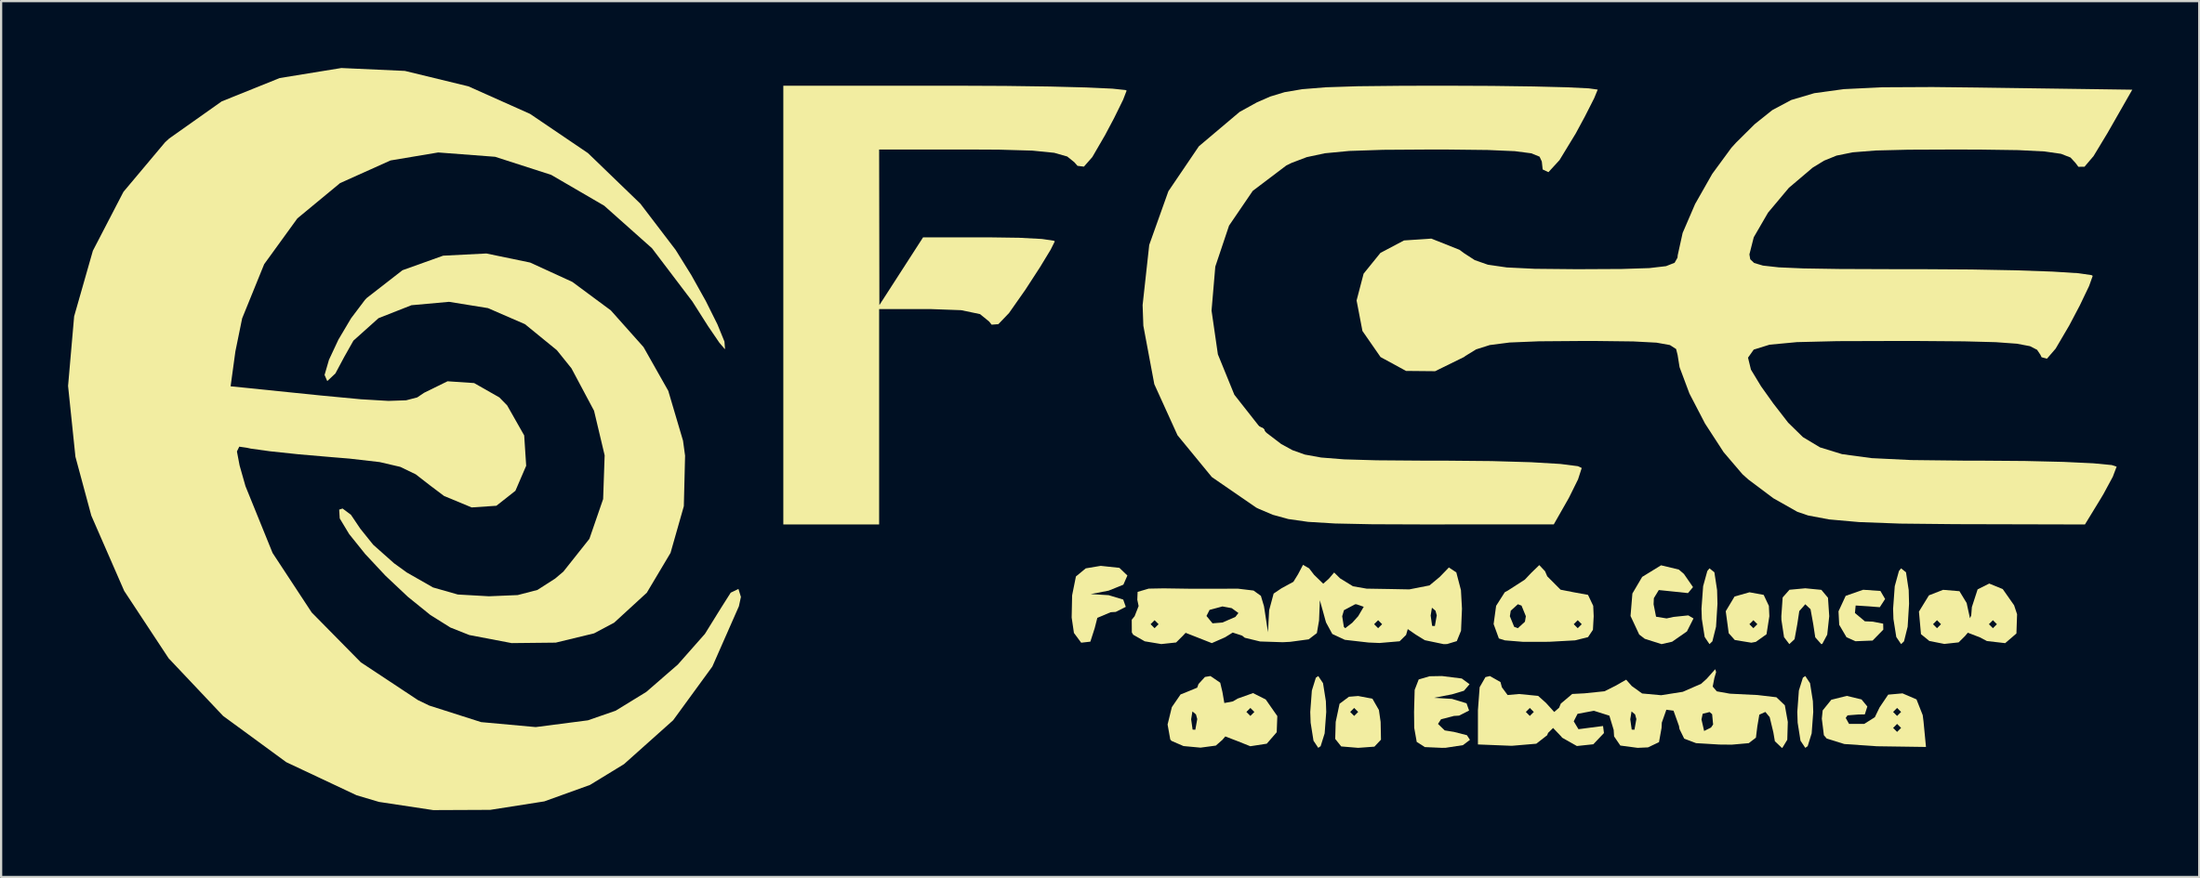
<source format=kicad_pcb>
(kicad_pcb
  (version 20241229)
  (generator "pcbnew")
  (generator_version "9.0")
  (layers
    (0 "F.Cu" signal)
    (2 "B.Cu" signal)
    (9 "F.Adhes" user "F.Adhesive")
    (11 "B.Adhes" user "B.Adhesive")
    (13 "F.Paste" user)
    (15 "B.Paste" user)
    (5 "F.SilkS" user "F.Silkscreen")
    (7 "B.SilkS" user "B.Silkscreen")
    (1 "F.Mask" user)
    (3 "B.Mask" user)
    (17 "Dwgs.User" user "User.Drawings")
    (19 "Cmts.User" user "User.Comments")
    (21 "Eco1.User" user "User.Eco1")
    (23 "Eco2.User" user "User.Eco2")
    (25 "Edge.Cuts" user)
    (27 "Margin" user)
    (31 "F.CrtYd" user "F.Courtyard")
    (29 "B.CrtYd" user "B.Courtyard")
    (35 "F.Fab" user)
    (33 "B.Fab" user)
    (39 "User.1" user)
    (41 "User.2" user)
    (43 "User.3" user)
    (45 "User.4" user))
  (footprint "fce"
    (layer "F.Cu")
    (at 52.083 16.534)
    (property "Reference" "fce" (at 0 0 0) (layer "F.SilkS") (effects (font (size 1.524 1.524) (thickness 0.3))))
    (attr board_only exclude_from_pos_files exclude_from_bom)
    (fp_poly (pts (xy 4.149 11.052) (xy 4.277 11.861) (xy 4.293 12.342) (xy 4.222 13.302) (xy 4.042 13.878) (xy 3.935 13.952) (xy 3.722 13.632) (xy 3.594 12.823) (xy 3.577 12.342) (xy 3.649 11.382) (xy 3.828 10.806) (xy 3.935 10.732)) (stroke (width 0) (type solid)) (fill yes) (layer "F.SilkS"))
    (fp_poly (pts (xy 21.685 6.08) (xy 21.806 6.877) (xy 21.823 7.492) (xy 21.759 8.519) (xy 21.596 9.175) (xy 21.465 9.301) (xy 21.25 8.982) (xy 21.123 8.175) (xy 21.107 7.713) (xy 21.181 6.702) (xy 21.368 6.023) (xy 21.465 5.903)) (stroke (width 0) (type solid)) (fill yes) (layer "F.SilkS"))
    (fp_poly (pts (xy 25.971 11.052) (xy 26.099 11.861) (xy 26.115 12.342) (xy 26.044 13.302) (xy 25.865 13.878) (xy 25.758 13.952) (xy 25.544 13.632) (xy 25.416 12.823) (xy 25.4 12.342) (xy 25.471 11.382) (xy 25.651 10.806) (xy 25.758 10.732)) (stroke (width 0) (type solid)) (fill yes) (layer "F.SilkS"))
    (fp_poly (pts (xy 30.271 6.08) (xy 30.392 6.877) (xy 30.408 7.492) (xy 30.345 8.519) (xy 30.182 9.175) (xy 30.051 9.301) (xy 29.836 8.982) (xy 29.708 8.175) (xy 29.693 7.713) (xy 29.767 6.702) (xy 29.954 6.023) (xy 30.051 5.903)) (stroke (width 0) (type solid)) (fill yes) (layer "F.SilkS"))
    (fp_poly (pts (xy 29.124 6.916) (xy 29.335 7.277) (xy 29.097 7.645) (xy 28.572 7.604) (xy 28.015 7.569) (xy 27.983 7.906) (xy 28.427 8.277) (xy 28.784 8.293) (xy 29.248 8.384) (xy 29.254 8.651) (xy 28.775 9.141) (xy 28.006 9.171) (xy 27.605 8.992) (xy 27.278 8.434) (xy 27.247 7.83) (xy 27.568 7.136) (xy 28.351 6.863)) (stroke (width 0) (type solid)) (fill yes) (layer "F.SilkS"))
    (fp_poly (pts (xy 23.894 7.093) (xy 24.127 7.586) (xy 24.148 8.049) (xy 24.021 8.858) (xy 23.543 9.199) (xy 23.341 9.237) (xy 22.599 9.116) (xy 22.327 8.811) (xy 22.273 8.407) (xy 23.254 8.407) (xy 23.432 8.586) (xy 23.611 8.407) (xy 23.432 8.228) (xy 23.254 8.407) (xy 22.273 8.407) (xy 22.194 7.825) (xy 22.589 7.166) (xy 23.258 6.976)) (stroke (width 0) (type solid)) (fill yes) (layer "F.SilkS"))
    (fp_poly (pts (xy 6.363 11.749) (xy 6.653 12.255) (xy 6.73 12.789) (xy 6.746 13.586) (xy 6.451 13.899) (xy 5.724 13.952) (xy 4.964 13.889) (xy 4.695 13.551) (xy 4.717 12.789) (xy 4.812 12.342) (xy 5.366 12.342) (xy 5.545 12.521) (xy 5.724 12.342) (xy 5.545 12.163) (xy 5.366 12.342) (xy 4.812 12.342) (xy 4.89 11.974) (xy 5.31 11.661) (xy 5.724 11.627)) (stroke (width 0) (type solid)) (fill yes) (layer "F.SilkS"))
    (fp_poly (pts (xy 26.479 6.867) (xy 26.775 7.221) (xy 26.831 8.049) (xy 26.741 8.877) (xy 26.52 9.291) (xy 26.473 9.301) (xy 26.204 8.995) (xy 26.115 8.407) (xy 25.993 7.735) (xy 25.758 7.513) (xy 25.489 7.819) (xy 25.4 8.407) (xy 25.278 9.079) (xy 25.042 9.301) (xy 24.806 8.987) (xy 24.688 8.214) (xy 24.685 8.049) (xy 24.744 7.208) (xy 25.048 6.863) (xy 25.758 6.797)) (stroke (width 0) (type solid)) (fill yes) (layer "F.SilkS"))
    (fp_poly (pts (xy -4.976 5.88) (xy -4.617 6.224) (xy -4.797 6.635) (xy -5.456 6.902) (xy -6.261 7.057) (xy -5.456 7.106) (xy -4.804 7.303) (xy -4.689 7.629) (xy -5.138 7.856) (xy -5.366 7.87) (xy -5.964 8.123) (xy -6.082 8.586) (xy -6.276 9.19) (xy -6.687 9.237) (xy -7.012 8.799) (xy -7.114 8.108) (xy -7.094 7.133) (xy -7.091 7.1) (xy -6.923 6.266) (xy -6.483 5.903) (xy -5.813 5.791)) (stroke (width 0) (type solid)) (fill yes) (layer "F.SilkS"))
    (fp_poly (pts (xy 20.09 5.957) (xy 20.32 6.153) (xy 20.727 6.744) (xy 20.503 7.012) (xy 19.855 6.944) (xy 19.194 6.876) (xy 18.973 7.24) (xy 18.961 7.513) (xy 19.071 8.071) (xy 19.544 8.148) (xy 19.855 8.081) (xy 20.516 8.012) (xy 20.749 8.15) (xy 20.455 8.731) (xy 19.792 9.193) (xy 19.318 9.301) (xy 18.567 9.063) (xy 18.317 8.872) (xy 17.928 8.039) (xy 18.011 7.031) (xy 18.449 6.286) (xy 19.296 5.766)) (stroke (width 0) (type solid)) (fill yes) (layer "F.SilkS"))
    (fp_poly (pts (xy 10.367 10.843) (xy 10.715 11.099) (xy 10.464 11.392) (xy 9.927 11.553) (xy 9.123 11.708) (xy 9.927 11.757) (xy 10.579 11.954) (xy 10.694 12.28) (xy 10.245 12.507) (xy 10.017 12.521) (xy 9.436 12.671) (xy 9.301 12.879) (xy 9.601 13.17) (xy 10.017 13.237) (xy 10.598 13.386) (xy 10.732 13.594) (xy 10.418 13.831) (xy 9.645 13.949) (xy 9.48 13.952) (xy 8.711 13.918) (xy 8.347 13.685) (xy 8.236 13.059) (xy 8.228 12.342) (xy 8.255 11.353) (xy 8.436 10.885) (xy 8.923 10.742) (xy 9.48 10.732)) (stroke (width 0) (type solid)) (fill yes) (layer "F.SilkS"))
    (fp_poly (pts (xy 34.606 6.833) (xy 35.115 7.559) (xy 35.248 7.96) (xy 35.219 8.823) (xy 34.715 9.257) (xy 33.895 9.162) (xy 33.581 8.997) (xy 33.041 8.789) (xy 32.913 8.941) (xy 32.628 9.223) (xy 31.988 9.292) (xy 31.317 9.16) (xy 30.942 8.854) (xy 30.902 8.407) (xy 31.482 8.407) (xy 31.661 8.586) (xy 31.839 8.407) (xy 33.986 8.407) (xy 34.165 8.586) (xy 34.344 8.407) (xy 34.165 8.228) (xy 33.986 8.407) (xy 31.839 8.407) (xy 31.661 8.228) (xy 31.482 8.407) (xy 30.902 8.407) (xy 30.851 7.842) (xy 31.298 7.114) (xy 31.933 6.866) (xy 32.666 6.927) (xy 32.989 7.458) (xy 33.015 7.581) (xy 33.137 8.14) (xy 33.194 8.011) (xy 33.222 7.64) (xy 33.48 6.845) (xy 34.001 6.585)) (stroke (width 0) (type solid)) (fill yes) (layer "F.SilkS"))
    (fp_poly (pts (xy 30.741 11.779) (xy 31.02 12.486) (xy 31.056 12.77) (xy 31.166 13.912) (xy 28.968 13.881) (xy 27.509 13.781) (xy 26.72 13.536) (xy 26.591 13.385) (xy 26.551 13.058) (xy 29.693 13.058) (xy 29.872 13.237) (xy 30.051 13.058) (xy 29.872 12.879) (xy 29.693 13.058) (xy 26.551 13.058) (xy 26.499 12.643) (xy 26.537 12.274) (xy 26.923 11.796) (xy 27.617 11.622) (xy 28.278 11.781) (xy 28.538 12.098) (xy 28.426 12.451) (xy 28.145 12.456) (xy 27.651 12.495) (xy 27.57 12.611) (xy 27.72 12.879) (xy 27.725 12.879) (xy 28.399 12.879) (xy 28.875 12.578) (xy 28.988 12.342) (xy 29.693 12.342) (xy 29.872 12.521) (xy 30.051 12.342) (xy 29.872 12.163) (xy 29.693 12.342) (xy 28.988 12.342) (xy 29.089 12.135) (xy 29.473 11.566) (xy 30.114 11.509)) (stroke (width 0) (type solid)) (fill yes) (layer "F.SilkS"))
    (fp_poly (pts (xy 14.097 6.032) (xy 14.196 6.261) (xy 14.794 6.86) (xy 15.383 6.976) (xy 16.022 7.092) (xy 16.256 7.583) (xy 16.277 8.049) (xy 16.243 8.659) (xy 16.023 8.987) (xy 15.443 9.132) (xy 14.331 9.193) (xy 14.264 9.196) (xy 13.124 9.199) (xy 12.299 9.132) (xy 12.028 9.047) (xy 11.793 8.401) (xy 11.841 8.049) (xy 12.521 8.049) (xy 12.714 8.525) (xy 12.879 8.586) (xy 13.075 8.407) (xy 15.383 8.407) (xy 15.562 8.586) (xy 15.741 8.407) (xy 15.562 8.228) (xy 15.383 8.407) (xy 13.075 8.407) (xy 13.196 8.296) (xy 13.237 8.049) (xy 13.043 7.573) (xy 12.879 7.513) (xy 12.561 7.802) (xy 12.521 8.049) (xy 11.841 8.049) (xy 11.905 7.584) (xy 12.292 6.975) (xy 12.432 6.898) (xy 13.191 6.409) (xy 13.48 6.104) (xy 13.839 5.757)) (stroke (width 0) (type solid)) (fill yes) (layer "F.SilkS"))
    (fp_poly (pts (xy -10.083 -15.731) (xy -8.087 -15.704) (xy -6.456 -15.662) (xy -5.293 -15.609) (xy -4.703 -15.547) (xy -4.651 -15.521) (xy -4.809 -15.11) (xy -5.217 -14.28) (xy -5.618 -13.524) (xy -6.189 -12.54) (xy -6.565 -12.112) (xy -6.852 -12.147) (xy -6.999 -12.313) (xy -7.312 -12.565) (xy -7.896 -12.732) (xy -8.874 -12.83) (xy -10.368 -12.873) (xy -11.577 -12.879) (xy -15.741 -12.879) (xy -15.735 -9.391) (xy -15.73 -5.903) (xy -14.751 -7.421) (xy -13.773 -8.939) (xy -10.822 -8.941) (xy -9.47 -8.922) (xy -8.444 -8.868) (xy -7.91 -8.789) (xy -7.87 -8.759) (xy -8.054 -8.39) (xy -8.533 -7.601) (xy -9.187 -6.593) (xy -9.922 -5.545) (xy -10.398 -5.048) (xy -10.7 -5.024) (xy -10.814 -5.167) (xy -11.22 -5.498) (xy -12.062 -5.674) (xy -13.433 -5.724) (xy -15.741 -5.724) (xy -15.741 3.935) (xy -20.034 3.935) (xy -20.034 -15.741) (xy -12.342 -15.741)) (stroke (width 0) (type solid)) (fill yes) (layer "F.SilkS"))
    (fp_poly (pts (xy -0.457 11.031) (xy -0.358 11.451) (xy -0.273 11.942) (xy 0.11 11.87) (xy 0.329 11.741) (xy 1.013 11.497) (xy 1.581 11.782) (xy 2.101 12.528) (xy 2.074 13.252) (xy 1.628 13.766) (xy 0.891 13.88) (xy 0.31 13.648) (xy -0.23 13.44) (xy -0.358 13.591) (xy -0.654 13.851) (xy -1.339 13.943) (xy -2.104 13.872) (xy -2.643 13.638) (xy -2.696 13.574) (xy -2.816 12.905) (xy -2.758 12.67) (xy -1.76 12.67) (xy -1.695 13.134) (xy -1.573 13.14) (xy -1.487 12.661) (xy -1.544 12.454) (xy -1.675 12.342) (xy 0.715 12.342) (xy 0.894 12.521) (xy 1.073 12.342) (xy 0.894 12.163) (xy 0.715 12.342) (xy -1.675 12.342) (xy -1.703 12.319) (xy -1.76 12.67) (xy -2.758 12.67) (xy -2.625 12.126) (xy -2.233 11.556) (xy -1.961 11.448) (xy -1.489 11.253) (xy -1.431 11.09) (xy -1.141 10.773) (xy -0.894 10.732)) (stroke (width 0) (type solid)) (fill yes) (layer "F.SilkS"))
    (fp_poly (pts (xy -31.378 -7.81) (xy -29.488 -6.943) (xy -27.763 -5.665) (xy -26.298 -4.02) (xy -25.189 -2.057) (xy -24.528 0.178) (xy -24.436 0.851) (xy -24.492 3.115) (xy -25.088 5.21) (xy -26.152 6.997) (xy -27.615 8.34) (xy -28.513 8.818) (xy -30.232 9.234) (xy -32.207 9.255) (xy -34.104 8.893) (xy -34.949 8.558) (xy -35.848 7.995) (xy -36.852 7.183) (xy -37.86 6.234) (xy -38.772 5.257) (xy -39.489 4.364) (xy -39.91 3.664) (xy -39.935 3.269) (xy -39.783 3.22) (xy -39.408 3.501) (xy -38.989 4.124) (xy -38.41 4.845) (xy -37.475 5.676) (xy -36.9 6.091) (xy -35.73 6.759) (xy -34.619 7.076) (xy -33.222 7.155) (xy -31.936 7.101) (xy -31.052 6.871) (xy -30.259 6.362) (xy -29.889 6.049) (xy -28.723 4.579) (xy -28.108 2.795) (xy -28.04 0.835) (xy -28.515 -1.165) (xy -29.528 -3.068) (xy -30.182 -3.881) (xy -31.609 -5.046) (xy -33.268 -5.767) (xy -35.013 -6.049) (xy -36.697 -5.897) (xy -38.174 -5.315) (xy -39.297 -4.308) (xy -39.711 -3.574) (xy -40.104 -2.838) (xy -40.456 -2.506) (xy -40.474 -2.504) (xy -40.59 -2.77) (xy -40.393 -3.448) (xy -39.969 -4.355) (xy -39.403 -5.31) (xy -38.783 -6.132) (xy -38.707 -6.215) (xy -37.099 -7.466) (xy -35.278 -8.118) (xy -33.34 -8.217)) (stroke (width 0) (type solid)) (fill yes) (layer "F.SilkS"))
    (fp_poly (pts (xy 11.721 -15.732) (xy 13.58 -15.707) (xy 15.061 -15.67) (xy 16.056 -15.622) (xy 16.454 -15.567) (xy 16.456 -15.562) (xy 16.297 -15.176) (xy 15.886 -14.366) (xy 15.473 -13.6) (xy 14.746 -12.405) (xy 14.25 -11.864) (xy 13.991 -11.985) (xy 13.952 -12.342) (xy 13.852 -12.558) (xy 13.483 -12.709) (xy 12.744 -12.805) (xy 11.531 -12.858) (xy 9.742 -12.878) (xy 8.929 -12.879) (xy 6.843 -12.866) (xy 5.325 -12.815) (xy 4.233 -12.711) (xy 3.419 -12.537) (xy 2.738 -12.278) (xy 2.505 -12.164) (xy 1 -11.025) (xy -0.062 -9.466) (xy -0.678 -7.629) (xy -0.846 -5.657) (xy -0.562 -3.694) (xy 0.176 -1.882) (xy 1.37 -0.364) (xy 2.275 0.327) (xy 2.775 0.601) (xy 3.331 0.8) (xy 4.064 0.933) (xy 5.094 1.015) (xy 6.544 1.057) (xy 8.535 1.072) (xy 9.612 1.073) (xy 11.703 1.092) (xy 13.461 1.143) (xy 14.784 1.221) (xy 15.568 1.321) (xy 15.741 1.402) (xy 15.577 1.91) (xy 15.177 2.719) (xy 15.115 2.831) (xy 14.489 3.931) (xy 8.586 3.933) (xy 6.344 3.925) (xy 4.686 3.891) (xy 3.48 3.818) (xy 2.594 3.692) (xy 1.898 3.501) (xy 1.259 3.229) (xy 1.156 3.179) (xy -0.833 1.809) (xy -2.371 -0.065) (xy -3.411 -2.356) (xy -3.902 -4.977) (xy -3.935 -5.903) (xy -3.638 -8.603) (xy -2.781 -11.007) (xy -1.414 -13.024) (xy 0.41 -14.565) (xy 1.187 -14.994) (xy 1.787 -15.256) (xy 2.424 -15.45) (xy 3.214 -15.584) (xy 4.276 -15.67) (xy 5.728 -15.717) (xy 7.688 -15.737) (xy 9.593 -15.741)) (stroke (width 0) (type solid)) (fill yes) (layer "F.SilkS"))
    (fp_poly (pts (xy -36.99 -16.404) (xy -34.144 -15.712) (xy -31.382 -14.477) (xy -28.786 -12.717) (xy -26.44 -10.451) (xy -24.858 -8.376) (xy -24.157 -7.248) (xy -23.506 -6.081) (xy -22.985 -5.035) (xy -22.672 -4.268) (xy -22.646 -3.938) (xy -22.661 -3.935) (xy -22.9 -4.216) (xy -23.403 -4.953) (xy -24.063 -5.992) (xy -24.107 -6.062) (xy -25.919 -8.452) (xy -28.061 -10.36) (xy -30.436 -11.743) (xy -32.948 -12.553) (xy -35.498 -12.747) (xy -37.635 -12.389) (xy -39.895 -11.373) (xy -41.808 -9.791) (xy -43.296 -7.737) (xy -44.283 -5.307) (xy -44.586 -3.824) (xy -44.8 -2.261) (xy -40.759 -1.849) (xy -38.959 -1.679) (xy -37.73 -1.606) (xy -36.936 -1.633) (xy -36.437 -1.763) (xy -36.129 -1.971) (xy -35.08 -2.486) (xy -33.888 -2.406) (xy -32.757 -1.762) (xy -32.408 -1.404) (xy -31.645 -0.058) (xy -31.556 1.303) (xy -32.039 2.425) (xy -32.89 3.096) (xy -33.998 3.171) (xy -35.236 2.657) (xy -35.852 2.193) (xy -36.507 1.685) (xy -37.198 1.352) (xy -38.122 1.137) (xy -39.478 0.981) (xy -40.246 0.918) (xy -41.756 0.788) (xy -43.041 0.652) (xy -43.897 0.533) (xy -44.079 0.494) (xy -44.412 0.446) (xy -44.517 0.661) (xy -44.398 1.286) (xy -44.134 2.216) (xy -42.919 5.213) (xy -41.166 7.882) (xy -38.966 10.116) (xy -36.41 11.808) (xy -35.898 12.056) (xy -33.575 12.798) (xy -31.129 13.021) (xy -28.79 12.718) (xy -27.546 12.286) (xy -26.177 11.446) (xy -24.764 10.22) (xy -23.548 8.843) (xy -22.822 7.672) (xy -22.391 6.993) (xy -22.045 6.826) (xy -21.934 7.184) (xy -22.024 7.602) (xy -23.214 10.306) (xy -24.97 12.714) (xy -27.173 14.683) (xy -28.697 15.615) (xy -30.743 16.353) (xy -33.167 16.733) (xy -35.72 16.744) (xy -38.153 16.376) (xy -39.156 16.078) (xy -42.307 14.594) (xy -45.136 12.521) (xy -47.578 9.935) (xy -49.568 6.915) (xy -51.041 3.539) (xy -51.753 0.899) (xy -52.083 -2.278) (xy -51.811 -5.398) (xy -50.972 -8.339) (xy -49.602 -10.981) (xy -47.737 -13.203) (xy -47.552 -13.373) (xy -45.2 -15.037) (xy -42.601 -16.084) (xy -39.837 -16.534)) (stroke (width 0) (type solid)) (fill yes) (layer "F.SilkS"))
    (fp_poly (pts (xy 21.763 10.553) (xy 21.684 10.822) (xy 21.61 11.204) (xy 21.792 11.418) (xy 22.381 11.523) (xy 23.527 11.58) (xy 23.611 11.583) (xy 24.463 11.683) (xy 24.841 12.042) (xy 24.975 12.789) (xy 24.951 13.59) (xy 24.733 13.95) (xy 24.707 13.952) (xy 24.395 13.654) (xy 24.327 13.258) (xy 24.162 12.573) (xy 23.969 12.342) (xy 23.699 12.464) (xy 23.611 12.978) (xy 23.546 13.495) (xy 23.226 13.742) (xy 22.465 13.809) (xy 21.912 13.804) (xy 20.864 13.741) (xy 20.333 13.54) (xy 20.122 13.11) (xy 20.098 12.968) (xy 19.995 12.679) (xy 21.107 12.679) (xy 21.225 13.196) (xy 21.535 13.041) (xy 21.628 12.904) (xy 21.584 12.444) (xy 21.471 12.346) (xy 21.16 12.424) (xy 21.107 12.679) (xy 19.995 12.679) (xy 19.853 12.285) (xy 19.533 12.243) (xy 19.329 12.822) (xy 19.318 13.058) (xy 19.203 13.697) (xy 18.712 13.931) (xy 18.245 13.952) (xy 17.471 13.849) (xy 17.191 13.439) (xy 17.172 13.147) (xy 17.028 12.67) (xy 17.916 12.67) (xy 17.981 13.134) (xy 18.103 13.14) (xy 18.189 12.661) (xy 18.132 12.454) (xy 17.973 12.319) (xy 17.916 12.67) (xy 17.028 12.67) (xy 16.98 12.509) (xy 16.293 12.292) (xy 16.277 12.291) (xy 15.554 12.427) (xy 15.383 12.762) (xy 15.595 13.116) (xy 16.141 13.044) (xy 16.696 12.973) (xy 16.737 13.289) (xy 16.261 13.792) (xy 15.524 13.87) (xy 14.864 13.497) (xy 14.823 13.444) (xy 14.458 13.061) (xy 14.233 13.283) (xy 14.192 13.387) (xy 13.705 13.767) (xy 12.613 13.86) (xy 12.539 13.858) (xy 11.09 13.8) (xy 11.09 12.342) (xy 13.237 12.342) (xy 13.415 12.521) (xy 13.594 12.342) (xy 13.415 12.163) (xy 13.237 12.342) (xy 11.09 12.342) (xy 11.09 12.266) (xy 11.167 11.233) (xy 11.427 10.78) (xy 11.627 10.732) (xy 12.101 11.002) (xy 12.163 11.236) (xy 12.42 11.584) (xy 12.932 11.538) (xy 13.789 11.622) (xy 14.142 11.939) (xy 14.509 12.344) (xy 14.728 12.152) (xy 14.803 11.969) (xy 15.315 11.536) (xy 15.869 11.507) (xy 16.763 11.415) (xy 17.259 11.166) (xy 17.732 10.895) (xy 17.982 11.179) (xy 18.447 11.514) (xy 19.3 11.592) (xy 20.27 11.439) (xy 21.09 11.081) (xy 21.339 10.857) (xy 21.722 10.426)) (stroke (width 0) (type solid)) (fill yes) (layer "F.SilkS"))
    (fp_poly (pts (xy 3.526 5.903) (xy 3.746 6.19) (xy 4.158 6.591) (xy 4.408 6.369) (xy 4.647 6.089) (xy 4.914 6.352) (xy 5.492 6.707) (xy 6.104 6.813) (xy 7.15 6.83) (xy 8.016 6.846) (xy 8.92 6.668) (xy 9.379 6.287) (xy 9.788 5.863) (xy 10.121 6.084) (xy 10.329 6.88) (xy 10.375 7.713) (xy 10.333 8.701) (xy 10.143 9.166) (xy 9.706 9.298) (xy 9.552 9.301) (xy 8.711 9.125) (xy 8.3 8.872) (xy 7.946 8.627) (xy 7.87 8.889) (xy 7.582 9.173) (xy 6.679 9.25) (xy 6.187 9.229) (xy 5.127 9.108) (xy 4.565 8.846) (xy 4.285 8.331) (xy 4.255 8.228) (xy 4.206 8.049) (xy 5.008 8.049) (xy 5.082 8.527) (xy 5.144 8.586) (xy 5.376 8.407) (xy 6.439 8.407) (xy 6.618 8.586) (xy 6.797 8.407) (xy 6.618 8.228) (xy 6.439 8.407) (xy 5.376 8.407) (xy 5.452 8.349) (xy 5.724 8.049) (xy 5.742 8.019) (xy 8.972 8.019) (xy 9.038 8.483) (xy 9.16 8.489) (xy 9.245 8.01) (xy 9.188 7.803) (xy 9.029 7.668) (xy 8.972 8.019) (xy 5.742 8.019) (xy 5.973 7.626) (xy 5.645 7.513) (xy 5.589 7.513) (xy 5.087 7.78) (xy 5.008 8.049) (xy 4.206 8.049) (xy 4.007 7.334) (xy 3.971 8.24) (xy 3.873 8.806) (xy 3.508 9.086) (xy 2.678 9.198) (xy 2.341 9.215) (xy 1.329 9.182) (xy 0.645 9.016) (xy 0.521 8.918) (xy 0.102 8.783) (xy -0.24 8.994) (xy -0.834 9.256) (xy -1.46 9.009) (xy -2.008 8.794) (xy -2.146 8.941) (xy -2.434 9.227) (xy -3.098 9.298) (xy -3.838 9.175) (xy -4.356 8.88) (xy -4.418 8.776) (xy -4.421 8.407) (xy -3.577 8.407) (xy -3.399 8.586) (xy -3.22 8.407) (xy -3.399 8.228) (xy -3.577 8.407) (xy -4.421 8.407) (xy -4.422 8.206) (xy -4.293 8.049) (xy -4.289 8.038) (xy -1.073 8.038) (xy -0.803 8.368) (xy -0.358 8.332) (xy 0.221 8.081) (xy 0.358 7.905) (xy 0.056 7.687) (xy -0.358 7.611) (xy -0.935 7.766) (xy -1.073 8.038) (xy -4.289 8.038) (xy -4.114 7.593) (xy -4.173 7.311) (xy -4.159 6.958) (xy -3.663 6.812) (xy -2.994 6.8) (xy -1.887 6.816) (xy -0.985 6.818) (xy -0.894 6.817) (xy 0.341 6.815) (xy 1.036 6.898) (xy 1.365 7.136) (xy 1.503 7.599) (xy 1.533 7.787) (xy 1.682 8.765) (xy 1.735 7.781) (xy 1.936 7.034) (xy 2.287 6.797) (xy 2.821 6.506) (xy 3.028 6.171) (xy 3.252 5.745)) (stroke (width 0) (type solid)) (fill yes) (layer "F.SilkS"))
    (fp_poly (pts (xy 33.442 -15.659) (xy 40.41 -15.562) (xy 39.303 -13.624) (xy 38.676 -12.586) (xy 38.27 -12.108) (xy 37.995 -12.104) (xy 37.862 -12.282) (xy 37.641 -12.521) (xy 37.215 -12.687) (xy 36.472 -12.793) (xy 35.299 -12.852) (xy 33.582 -12.876) (xy 32.411 -12.879) (xy 30.37 -12.871) (xy 28.906 -12.835) (xy 27.882 -12.753) (xy 27.16 -12.607) (xy 26.602 -12.38) (xy 26.087 -12.065) (xy 25.021 -11.16) (xy 24.089 -10.048) (xy 23.449 -8.944) (xy 23.254 -8.175) (xy 23.292 -7.957) (xy 23.465 -7.792) (xy 23.862 -7.674) (xy 24.571 -7.595) (xy 25.681 -7.547) (xy 27.28 -7.522) (xy 29.457 -7.514) (xy 30.945 -7.513) (xy 33.204 -7.499) (xy 35.201 -7.462) (xy 36.832 -7.405) (xy 37.994 -7.332) (xy 38.584 -7.247) (xy 38.637 -7.212) (xy 38.476 -6.76) (xy 38.06 -5.89) (xy 37.583 -4.985) (xy 36.975 -3.949) (xy 36.586 -3.498) (xy 36.346 -3.564) (xy 36.293 -3.676) (xy 36.144 -3.898) (xy 35.827 -4.06) (xy 35.243 -4.171) (xy 34.291 -4.24) (xy 32.873 -4.277) (xy 30.889 -4.292) (xy 29.655 -4.293) (xy 27.194 -4.286) (xy 25.384 -4.242) (xy 24.157 -4.127) (xy 23.448 -3.906) (xy 23.192 -3.545) (xy 23.323 -3.009) (xy 23.774 -2.264) (xy 24.32 -1.497) (xy 24.992 -0.629) (xy 25.653 0.018) (xy 26.419 0.478) (xy 27.404 0.781) (xy 28.726 0.96) (xy 30.499 1.046) (xy 32.839 1.072) (xy 33.61 1.073) (xy 35.609 1.088) (xy 37.333 1.129) (xy 38.665 1.192) (xy 39.491 1.271) (xy 39.709 1.342) (xy 39.537 1.796) (xy 39.114 2.579) (xy 38.998 2.773) (xy 38.289 3.935) (xy 32.471 3.921) (xy 30.015 3.896) (xy 28.169 3.828) (xy 26.826 3.709) (xy 25.882 3.531) (xy 25.4 3.366) (xy 24.327 2.759) (xy 23.207 1.919) (xy 22.941 1.68) (xy 22.1 0.694) (xy 21.266 -0.59) (xy 20.566 -1.938) (xy 20.125 -3.118) (xy 20.037 -3.667) (xy 19.97 -3.932) (xy 19.694 -4.11) (xy 19.094 -4.218) (xy 18.054 -4.273) (xy 16.456 -4.292) (xy 15.708 -4.293) (xy 13.825 -4.279) (xy 12.512 -4.225) (xy 11.622 -4.111) (xy 11.01 -3.917) (xy 10.529 -3.622) (xy 10.472 -3.577) (xy 9.172 -2.938) (xy 7.869 -2.95) (xy 6.726 -3.573) (xy 5.915 -4.743) (xy 5.653 -6.11) (xy 5.967 -7.311) (xy 6.721 -8.243) (xy 7.778 -8.802) (xy 9.002 -8.884) (xy 10.257 -8.385) (xy 10.472 -8.228) (xy 10.947 -7.92) (xy 11.535 -7.714) (xy 12.382 -7.591) (xy 13.636 -7.53) (xy 15.44 -7.513) (xy 15.708 -7.513) (xy 17.539 -7.522) (xy 18.771 -7.562) (xy 19.519 -7.649) (xy 19.902 -7.8) (xy 20.033 -8.031) (xy 20.042 -8.139) (xy 20.262 -9.137) (xy 20.821 -10.435) (xy 21.59 -11.789) (xy 22.445 -12.955) (xy 22.648 -13.179) (xy 23.489 -14.014) (xy 24.279 -14.646) (xy 25.132 -15.101) (xy 26.162 -15.406) (xy 27.484 -15.587) (xy 29.211 -15.67) (xy 31.457 -15.681)) (stroke (width 0) (type solid)) (fill yes) (layer "F.SilkS")))
  (gr_rect
    (start -3 -3)
    (end 95.493 36.278)
    (stroke (width 0.1) (type default))
    (fill no)
    (layer "Edge.Cuts")))
</source>
